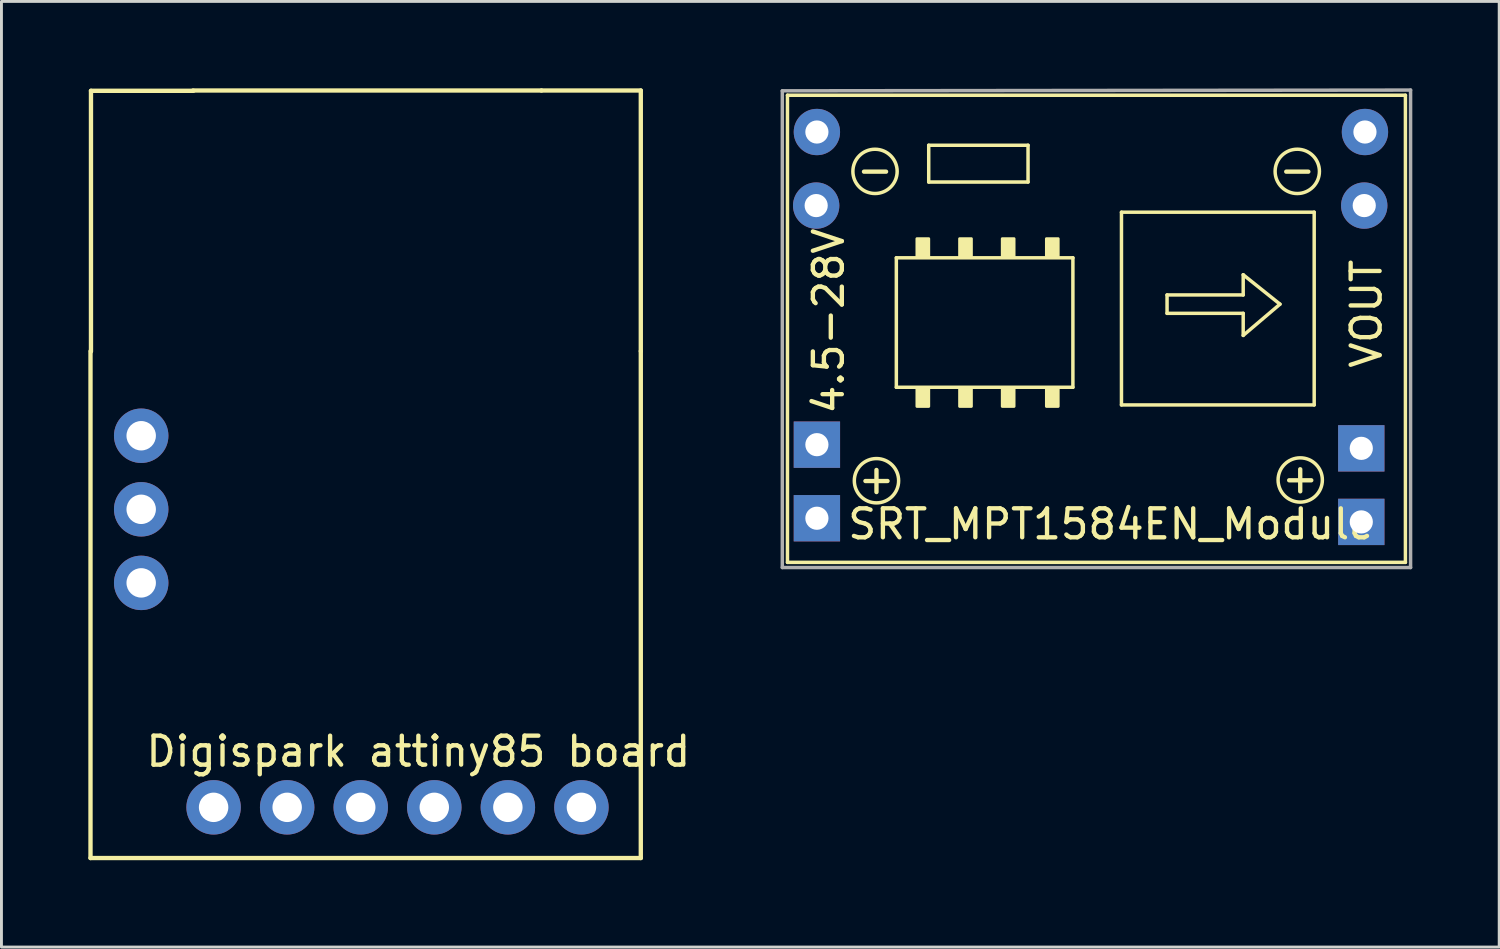
<source format=kicad_pcb>
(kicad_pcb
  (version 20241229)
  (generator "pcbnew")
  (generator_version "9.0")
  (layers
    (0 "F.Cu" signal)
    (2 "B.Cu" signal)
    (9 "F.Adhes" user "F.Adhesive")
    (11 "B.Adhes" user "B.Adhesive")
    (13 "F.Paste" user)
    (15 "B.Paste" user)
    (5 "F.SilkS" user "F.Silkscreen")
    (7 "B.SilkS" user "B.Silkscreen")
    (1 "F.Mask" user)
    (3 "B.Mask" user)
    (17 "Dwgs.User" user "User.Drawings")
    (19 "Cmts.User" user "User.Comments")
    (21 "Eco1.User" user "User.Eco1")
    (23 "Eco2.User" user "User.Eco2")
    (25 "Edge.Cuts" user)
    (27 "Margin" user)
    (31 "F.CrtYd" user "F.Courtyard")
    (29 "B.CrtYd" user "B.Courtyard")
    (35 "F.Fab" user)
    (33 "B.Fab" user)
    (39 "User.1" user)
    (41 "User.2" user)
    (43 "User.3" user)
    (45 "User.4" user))
  (footprint "SRT_MPT1584EN_Module"
    (layer "F.Cu")
    (at 35.315 7.731)
    (property "Reference" "SRT_MPT1584EN_Module" (at 0 7.315 180) (layer "F.SilkS") (effects (font (size 1 1) (thickness 0.15))))
    (attr through_hole)
    (fp_line (start -11.176 -7.493) (end -11.176 8.636) (stroke (width 0.12) (type solid)) (layer "F.SilkS"))
    (fp_line (start -11.176 8.636) (end 10.16 8.636) (stroke (width 0.12) (type solid)) (layer "F.SilkS"))
    (fp_line (start -7.417 -1.88) (end -1.321 -1.88) (stroke (width 0.12) (type solid)) (layer "F.SilkS"))
    (fp_line (start -7.417 2.591) (end -7.417 -1.88) (stroke (width 0.12) (type solid)) (layer "F.SilkS"))
    (fp_line (start -6.299 -5.766) (end -2.87 -5.766) (stroke (width 0.12) (type solid)) (layer "F.SilkS"))
    (fp_line (start -6.299 -4.496) (end -6.299 -5.766) (stroke (width 0.12) (type solid)) (layer "F.SilkS"))
    (fp_line (start -2.87 -5.766) (end -2.87 -4.496) (stroke (width 0.12) (type solid)) (layer "F.SilkS"))
    (fp_line (start -2.87 -4.496) (end -6.299 -4.496) (stroke (width 0.12) (type solid)) (layer "F.SilkS"))
    (fp_line (start -1.321 2.591) (end -7.417 2.591) (stroke (width 0.12) (type solid)) (layer "F.SilkS"))
    (fp_line (start -1.321 2.591) (end -1.321 -1.88) (stroke (width 0.12) (type solid)) (layer "F.SilkS"))
    (fp_line (start 0.356 -3.454) (end 0.356 3.2) (stroke (width 0.12) (type solid)) (layer "F.SilkS"))
    (fp_line (start 0.356 -3.454) (end 7.01 -3.454) (stroke (width 0.12) (type solid)) (layer "F.SilkS"))
    (fp_line (start 1.93 -0.597) (end 4.559 -0.597) (stroke (width 0.12) (type solid)) (layer "F.SilkS"))
    (fp_line (start 1.93 0.038) (end 1.93 -0.597) (stroke (width 0.12) (type solid)) (layer "F.SilkS"))
    (fp_line (start 1.93 0.038) (end 4.559 0.038) (stroke (width 0.12) (type solid)) (layer "F.SilkS"))
    (fp_line (start 4.559 -1.295) (end 5.829 -0.279) (stroke (width 0.12) (type solid)) (layer "F.SilkS"))
    (fp_line (start 4.559 -0.597) (end 4.559 -1.295) (stroke (width 0.12) (type solid)) (layer "F.SilkS"))
    (fp_line (start 4.559 0.8) (end 4.559 0.038) (stroke (width 0.12) (type solid)) (layer "F.SilkS"))
    (fp_line (start 5.829 -0.279) (end 4.559 0.8) (stroke (width 0.12) (type solid)) (layer "F.SilkS"))
    (fp_line (start 7.01 -3.454) (end 7.01 3.2) (stroke (width 0.12) (type solid)) (layer "F.SilkS"))
    (fp_line (start 7.01 3.2) (end 0.356 3.2) (stroke (width 0.12) (type solid)) (layer "F.SilkS"))
    (fp_line (start 10.16 -7.493) (end -11.176 -7.493) (stroke (width 0.12) (type solid)) (layer "F.SilkS"))
    (fp_line (start 10.16 8.636) (end 10.16 -7.493) (stroke (width 0.12) (type solid)) (layer "F.SilkS"))
    (fp_circle (center -8.153 -4.864) (end -7.582 -4.356) (stroke (width 0.12) (type solid)) (fill no) (layer "F.SilkS"))
    (fp_circle (center -8.103 5.817) (end -7.531 6.325) (stroke (width 0.12) (type solid)) (fill no) (layer "F.SilkS"))
    (fp_circle (center 6.426 -4.864) (end 6.998 -4.356) (stroke (width 0.12) (type solid)) (fill no) (layer "F.SilkS"))
    (fp_circle (center 6.528 5.791) (end 7.099 6.299) (stroke (width 0.12) (type solid)) (fill no) (layer "F.SilkS"))
    (fp_poly (pts (xy -6.706 -2.54) (xy -6.299 -2.54) (xy -6.299 -1.93) (xy -6.706 -1.93)) (stroke (width 0.1) (type solid)) (fill yes) (layer "F.SilkS"))
    (fp_poly (pts (xy -6.706 2.642) (xy -6.299 2.642) (xy -6.299 3.251) (xy -6.706 3.251)) (stroke (width 0.1) (type solid)) (fill yes) (layer "F.SilkS"))
    (fp_poly (pts (xy -5.232 -2.54) (xy -4.826 -2.54) (xy -4.826 -1.93) (xy -5.232 -1.93)) (stroke (width 0.1) (type solid)) (fill yes) (layer "F.SilkS"))
    (fp_poly (pts (xy -5.232 2.642) (xy -4.826 2.642) (xy -4.826 3.251) (xy -5.232 3.251)) (stroke (width 0.1) (type solid)) (fill yes) (layer "F.SilkS"))
    (fp_poly (pts (xy -3.759 -2.54) (xy -3.353 -2.54) (xy -3.353 -1.93) (xy -3.759 -1.93)) (stroke (width 0.1) (type solid)) (fill yes) (layer "F.SilkS"))
    (fp_poly (pts (xy -3.759 2.642) (xy -3.353 2.642) (xy -3.353 3.251) (xy -3.759 3.251)) (stroke (width 0.1) (type solid)) (fill yes) (layer "F.SilkS"))
    (fp_poly (pts (xy -2.235 -2.54) (xy -1.829 -2.54) (xy -1.829 -1.93) (xy -2.235 -1.93)) (stroke (width 0.1) (type solid)) (fill yes) (layer "F.SilkS"))
    (fp_poly (pts (xy -2.235 2.642) (xy -1.829 2.642) (xy -1.829 3.251) (xy -2.235 3.251)) (stroke (width 0.1) (type solid)) (fill yes) (layer "F.SilkS"))
    (fp_line (start -11.354 -7.645) (end -11.354 8.814) (stroke (width 0.12) (type solid)) (layer "F.Fab"))
    (fp_line (start -11.354 -7.645) (end 10.338 -7.671) (stroke (width 0.12) (type solid)) (layer "F.Fab"))
    (fp_line (start -11.354 8.814) (end 10.338 8.814) (stroke (width 0.12) (type solid)) (layer "F.Fab"))
    (fp_line (start 10.338 -7.671) (end 10.338 8.814) (stroke (width 0.12) (type solid)) (layer "F.Fab"))
    (fp_text user "VOUT" (at 8.814 0.051 270) (layer "F.SilkS") (effects (font (size 1 1) (thickness 0.15))))
    (fp_text user "+" (at 6.528 5.728 0) (layer "F.SilkS") (effects (font (size 1 1) (thickness 0.15))))
    (fp_text user "-" (at 6.426 -4.928 0) (layer "F.SilkS") (effects (font (size 1 1) (thickness 0.15))))
    (fp_text user "-" (at -8.153 -4.928 0) (layer "F.SilkS") (effects (font (size 1 1) (thickness 0.15))))
    (fp_text user "+" (at -8.103 5.753 0) (layer "F.SilkS") (effects (font (size 1 1) (thickness 0.15))))
    (fp_text user "4.5-28V" (at -9.754 0.305 270) (layer "F.SilkS") (effects (font (size 1 1) (thickness 0.15))))
    (pad "1" thru_hole rect (at -10.16 4.572 90) (size 1.6 1.6) (drill 0.8) (layers "*.Cu" "B.Mask"))
    (pad "1" thru_hole rect (at -10.16 7.112 90) (size 1.6 1.6) (drill 0.8) (layers "*.Cu" "B.Mask"))
    (pad "2" thru_hole oval (at -10.185 -3.683 90) (size 1.6 1.6) (drill 0.8) (layers "*.Cu" "B.Mask"))
    (pad "2" thru_hole oval (at -10.16 -6.223 90) (size 1.6 1.6) (drill 0.8) (layers "*.Cu" "B.Mask"))
    (pad "3" thru_hole rect (at 8.636 4.699 90) (size 1.6 1.6) (drill 0.8) (layers "*.Cu" "B.Mask"))
    (pad "3" thru_hole rect (at 8.636 7.239 90) (size 1.6 1.6) (drill 0.8) (layers "*.Cu" "B.Mask"))
    (pad "4" thru_hole oval (at 8.738 -3.683 90) (size 1.6 1.6) (drill 0.8) (layers "*.Cu" "B.Mask"))
    (pad "4" thru_hole oval (at 8.763 -6.223 90) (size 1.6 1.6) (drill 0.8) (layers "*.Cu" "B.Mask")))
  (footprint "Digispark attiny85 board"
    (layer "F.Cu")
    (at 10.675 24.825)
    (property "Reference" "Digispark attiny85 board" (at 0.72 -1.93 0) (layer "F.SilkS") (effects (font (size 1 1) (thickness 0.15))))
    (attr through_hole)
    (fp_line (start -10.6 -15.75) (end -10.6 1.75) (stroke (width 0.15) (type solid)) (layer "F.SilkS"))
    (fp_line (start -10.6 1.75) (end 8.4 1.75) (stroke (width 0.15) (type solid)) (layer "F.SilkS"))
    (fp_line (start -10.584 -24.74) (end -10.584 -15.74) (stroke (width 0.15) (type solid)) (layer "F.SilkS"))
    (fp_line (start -7.044 -24.74) (end -10.584 -24.74) (stroke (width 0.15) (type solid)) (layer "F.SilkS"))
    (fp_line (start 4.97 -24.75) (end -7.06 -24.75) (stroke (width 0.15) (type solid)) (layer "F.SilkS"))
    (fp_line (start 4.97 -24.75) (end 8.4 -24.75) (stroke (width 0.15) (type solid)) (layer "F.SilkS"))
    (fp_line (start 8.4 -24.75) (end 8.4 -15.75) (stroke (width 0.15) (type solid)) (layer "F.SilkS"))
    (fp_line (start 8.4 -15.75) (end 8.4 1.75) (stroke (width 0.15) (type solid)) (layer "F.SilkS"))
    (pad "1" thru_hole circle (at -8.85 -12.83) (size 1.88 1.88) (drill 1.016) (layers "*.Cu" "*.Mask"))
    (pad "2" thru_hole circle (at -8.85 -10.29) (size 1.88 1.88) (drill 1.016) (layers "*.Cu" "*.Mask"))
    (pad "3" thru_hole circle (at -8.85 -7.75) (size 1.88 1.88) (drill 1.016) (layers "*.Cu" "*.Mask"))
    (pad "4" thru_hole circle (at -6.35 0) (size 1.88 1.88) (drill 1.016) (layers "*.Cu" "*.Mask"))
    (pad "5" thru_hole circle (at -3.81 0) (size 1.88 1.88) (drill 1.016) (layers "*.Cu" "*.Mask"))
    (pad "6" thru_hole circle (at -1.27 0) (size 1.88 1.88) (drill 1.016) (layers "*.Cu" "*.Mask"))
    (pad "7" thru_hole circle (at 1.27 0) (size 1.88 1.88) (drill 1.016) (layers "*.Cu" "*.Mask"))
    (pad "8" thru_hole circle (at 3.81 0) (size 1.88 1.88) (drill 1.016) (layers "*.Cu" "*.Mask"))
    (pad "9" thru_hole circle (at 6.35 0) (size 1.88 1.88) (drill 1.016) (layers "*.Cu" "*.Mask")))
  (gr_rect
    (start -3 -3)
    (end 48.713 29.65)
    (stroke (width 0.1) (type default))
    (fill no)
    (layer "Edge.Cuts")))
</source>
